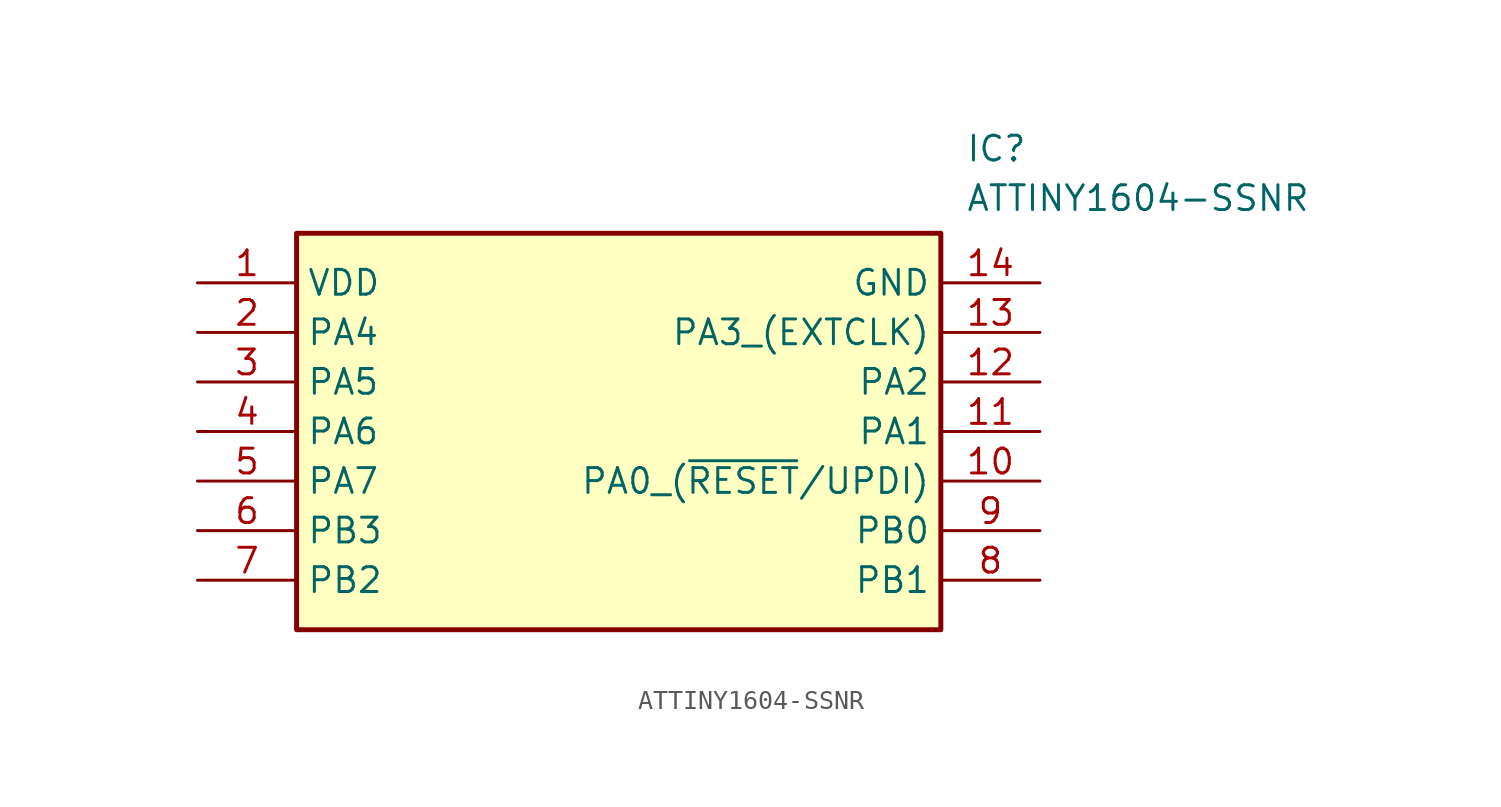
<source format=kicad_sym>
(kicad_symbol_lib
  (version 20211014)
  (generator SamacSys_ECAD_Model)
  (symbol "ATTINY1604-SSNR"
    (property "Reference" "IC"
      (at 39.37 7.62 0)
      (effects (font (size 1.27 1.27)) (justify left top)))
    (property "Value" "ATTINY1604-SSNR"
      (at 39.37 5.08 0)
      (effects (font (size 1.27 1.27)) (justify left top)))
    (rectangle
      (start 5.08 2.54)
      (end 38.1 -17.78)
      (stroke (width 0.254) (type default))
      (fill (type background)))
    (pin passive line
      (at 0 0 0)
      (length 5.08)
      (name "VDD" (effects (font (size 1.27 1.27))))
      (number "1" (effects (font (size 1.27 1.27)))))
    (pin passive line
      (at 0 -2.54 0)
      (length 5.08)
      (name "PA4" (effects (font (size 1.27 1.27))))
      (number "2" (effects (font (size 1.27 1.27)))))
    (pin passive line
      (at 0 -5.08 0)
      (length 5.08)
      (name "PA5" (effects (font (size 1.27 1.27))))
      (number "3" (effects (font (size 1.27 1.27)))))
    (pin passive line
      (at 0 -7.62 0)
      (length 5.08)
      (name "PA6" (effects (font (size 1.27 1.27))))
      (number "4" (effects (font (size 1.27 1.27)))))
    (pin passive line
      (at 0 -10.16 0)
      (length 5.08)
      (name "PA7" (effects (font (size 1.27 1.27))))
      (number "5" (effects (font (size 1.27 1.27)))))
    (pin passive line
      (at 0 -12.7 0)
      (length 5.08)
      (name "PB3" (effects (font (size 1.27 1.27))))
      (number "6" (effects (font (size 1.27 1.27)))))
    (pin passive line
      (at 0 -15.24 0)
      (length 5.08)
      (name "PB2" (effects (font (size 1.27 1.27))))
      (number "7" (effects (font (size 1.27 1.27)))))
    (pin passive line
      (at 43.18 0 180)
      (length 5.08)
      (name "GND" (effects (font (size 1.27 1.27))))
      (number "14" (effects (font (size 1.27 1.27)))))
    (pin passive line
      (at 43.18 -2.54 180)
      (length 5.08)
      (name "PA3_(EXTCLK)" (effects (font (size 1.27 1.27))))
      (number "13" (effects (font (size 1.27 1.27)))))
    (pin passive line
      (at 43.18 -5.08 180)
      (length 5.08)
      (name "PA2" (effects (font (size 1.27 1.27))))
      (number "12" (effects (font (size 1.27 1.27)))))
    (pin passive line
      (at 43.18 -7.62 180)
      (length 5.08)
      (name "PA1" (effects (font (size 1.27 1.27))))
      (number "11" (effects (font (size 1.27 1.27)))))
    (pin passive line
      (at 43.18 -10.16 180)
      (length 5.08)
      (name "PA0_(~{RESET}/UPDI)" (effects (font (size 1.27 1.27))))
      (number "10" (effects (font (size 1.27 1.27)))))
    (pin passive line
      (at 43.18 -12.7 180)
      (length 5.08)
      (name "PB0" (effects (font (size 1.27 1.27))))
      (number "9" (effects (font (size 1.27 1.27)))))
    (pin passive line
      (at 43.18 -15.24 180)
      (length 5.08)
      (name "PB1" (effects (font (size 1.27 1.27))))
      (number "8" (effects (font (size 1.27 1.27)))))))
</source>
